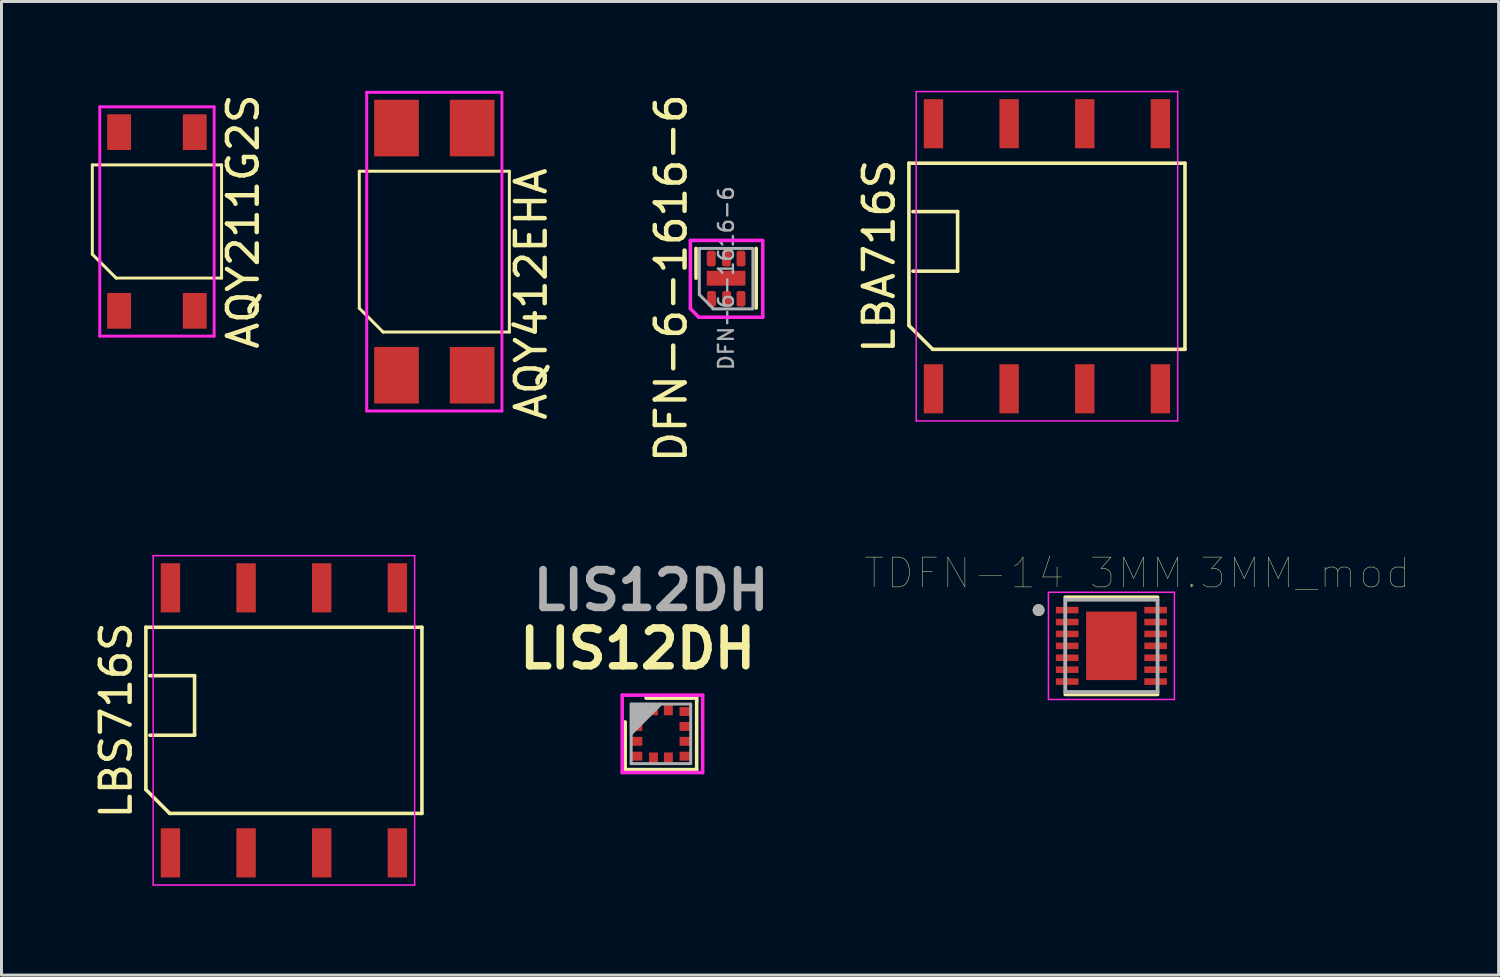
<source format=kicad_pcb>
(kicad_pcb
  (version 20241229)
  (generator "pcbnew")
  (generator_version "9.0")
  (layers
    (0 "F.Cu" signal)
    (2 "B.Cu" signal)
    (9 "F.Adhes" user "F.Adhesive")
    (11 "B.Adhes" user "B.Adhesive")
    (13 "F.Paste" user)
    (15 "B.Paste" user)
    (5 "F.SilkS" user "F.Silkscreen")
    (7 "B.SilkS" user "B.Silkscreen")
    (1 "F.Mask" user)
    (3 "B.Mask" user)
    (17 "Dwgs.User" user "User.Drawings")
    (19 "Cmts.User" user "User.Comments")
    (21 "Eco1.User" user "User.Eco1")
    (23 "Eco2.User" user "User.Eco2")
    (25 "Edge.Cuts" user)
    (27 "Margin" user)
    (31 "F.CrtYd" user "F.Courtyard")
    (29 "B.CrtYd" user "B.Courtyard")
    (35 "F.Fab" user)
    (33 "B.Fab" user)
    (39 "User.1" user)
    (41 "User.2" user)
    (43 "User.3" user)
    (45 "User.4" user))
  (footprint "LBA716S"
    (layer "F.Cu")
    (at 32.105 5.555)
    (property "Reference" "LBA716S" (at -5.635 0 90) (layer "F.SilkS") (effects (font (size 1 1) (thickness 0.15))))
    (attr smd)
    (fp_line (start -4.635 -3.125) (end 4.635 -3.125) (stroke (width 0.12) (type solid)) (layer "F.SilkS"))
    (fp_line (start -4.635 2.325) (end -4.635 -3.125) (stroke (width 0.12) (type solid)) (layer "F.SilkS"))
    (fp_line (start -4.5 -1.5) (end -3 -1.5) (stroke (width 0.12) (type solid)) (layer "F.SilkS"))
    (fp_line (start -3.835 3.125) (end -4.635 2.325) (stroke (width 0.12) (type solid)) (layer "F.SilkS"))
    (fp_line (start -3 -1.5) (end -3 0.5) (stroke (width 0.12) (type solid)) (layer "F.SilkS"))
    (fp_line (start -3 0.5) (end -4.5 0.5) (stroke (width 0.12) (type solid)) (layer "F.SilkS"))
    (fp_line (start 4.635 -3.125) (end 4.635 3.125) (stroke (width 0.12) (type solid)) (layer "F.SilkS"))
    (fp_line (start 4.635 3.125) (end -3.835 3.125) (stroke (width 0.12) (type solid)) (layer "F.SilkS"))
    (fp_line (start -4.39 -5.53) (end 4.39 -5.53) (stroke (width 0.05) (type solid)) (layer "F.CrtYd"))
    (fp_line (start -4.39 5.53) (end -4.39 -5.53) (stroke (width 0.05) (type solid)) (layer "F.CrtYd"))
    (fp_line (start 4.39 -5.53) (end 4.39 5.53) (stroke (width 0.05) (type solid)) (layer "F.CrtYd"))
    (fp_line (start 4.39 5.53) (end -4.39 5.53) (stroke (width 0.05) (type solid)) (layer "F.CrtYd"))
    (pad "1" smd rect (at -3.81 4.45) (size 0.65 1.65) (layers "F.Cu" "F.Mask" "F.Paste"))
    (pad "2" smd rect (at -1.27 4.45) (size 0.65 1.65) (layers "F.Cu" "F.Mask" "F.Paste"))
    (pad "3" smd rect (at 1.27 4.45) (size 0.65 1.65) (layers "F.Cu" "F.Mask" "F.Paste"))
    (pad "4" smd rect (at 3.81 4.45) (size 0.65 1.65) (layers "F.Cu" "F.Mask" "F.Paste"))
    (pad "5" smd rect (at 3.81 -4.45) (size 0.65 1.65) (layers "F.Cu" "F.Mask" "F.Paste"))
    (pad "6" smd rect (at 1.27 -4.45) (size 0.65 1.65) (layers "F.Cu" "F.Mask" "F.Paste"))
    (pad "7" smd rect (at -1.27 -4.45) (size 0.65 1.65) (layers "F.Cu" "F.Mask" "F.Paste"))
    (pad "8" smd rect (at -3.81 -4.45) (size 0.65 1.65) (layers "F.Cu" "F.Mask" "F.Paste")))
  (footprint "LIS12DH"
    (layer "F.Cu")
    (at 19.143 21.592)
    (property "Reference" "LIS12DH" (at -0.78 -2.86 0) (layer "F.SilkS") (effects (font (size 1.27 1.27) (thickness 0.254))))
    (attr smd)
    (fp_line (start -1.2 -0.4) (end -1.2 1.1) (stroke (width 0.12) (type solid)) (layer "F.SilkS"))
    (fp_line (start -1.2 1.1) (end -1.2 1.2) (stroke (width 0.12) (type solid)) (layer "F.SilkS"))
    (fp_line (start -1.2 1.2) (end 1.2 1.2) (stroke (width 0.12) (type solid)) (layer "F.SilkS"))
    (fp_line (start 1.2 -1.2) (end -0.5 -1.2) (stroke (width 0.12) (type solid)) (layer "F.SilkS"))
    (fp_line (start 1.2 -1.1) (end 1.2 -1.2) (stroke (width 0.12) (type solid)) (layer "F.SilkS"))
    (fp_line (start 1.2 1.2) (end 1.2 -1.1) (stroke (width 0.12) (type solid)) (layer "F.SilkS"))
    (fp_line (start -0.5 0) (end 0.5 0) (stroke (width 0.05) (type solid)) (layer "Eco1.User"))
    (fp_line (start 0 0.5) (end 0 -0.5) (stroke (width 0.05) (type solid)) (layer "Eco1.User"))
    (fp_line (start -1.3 -1.3) (end -1.3 1.3) (stroke (width 0.12) (type solid)) (layer "F.CrtYd"))
    (fp_line (start -1.3 1.3) (end 1.4 1.3) (stroke (width 0.12) (type solid)) (layer "F.CrtYd"))
    (fp_line (start -1 -1) (end 1 -1) (stroke (width 0.001) (type solid)) (layer "F.CrtYd"))
    (fp_line (start -1 1) (end -1 -1) (stroke (width 0.001) (type solid)) (layer "F.CrtYd"))
    (fp_line (start 1 -1) (end 1 1) (stroke (width 0.001) (type solid)) (layer "F.CrtYd"))
    (fp_line (start 1 1) (end -1 1) (stroke (width 0.001) (type solid)) (layer "F.CrtYd"))
    (fp_line (start 1.4 -1.3) (end -1.3 -1.3) (stroke (width 0.12) (type solid)) (layer "F.CrtYd"))
    (fp_line (start 1.4 1.3) (end 1.4 -1.3) (stroke (width 0.12) (type solid)) (layer "F.CrtYd"))
    (fp_line (start -1 -1) (end 1 -1) (stroke (width 0.1) (type solid)) (layer "F.Fab"))
    (fp_line (start -1 1) (end -1 -1) (stroke (width 0.1) (type solid)) (layer "F.Fab"))
    (fp_line (start -0.9 -1) (end -1 -0.9) (stroke (width 0.1) (type solid)) (layer "F.Fab"))
    (fp_line (start -0.8 -1) (end -1 -0.8) (stroke (width 0.1) (type solid)) (layer "F.Fab"))
    (fp_line (start -0.7 -1) (end -1 -0.7) (stroke (width 0.1) (type solid)) (layer "F.Fab"))
    (fp_line (start -0.6 -1) (end -1 -0.6) (stroke (width 0.1) (type solid)) (layer "F.Fab"))
    (fp_line (start -0.5 -1) (end -1 -0.5) (stroke (width 0.1) (type solid)) (layer "F.Fab"))
    (fp_line (start -0.4 -1) (end -1 -0.4) (stroke (width 0.1) (type solid)) (layer "F.Fab"))
    (fp_line (start -0.3 -1) (end -1 -0.3) (stroke (width 0.1) (type solid)) (layer "F.Fab"))
    (fp_line (start -0.2 -1) (end -1 -0.2) (stroke (width 0.1) (type solid)) (layer "F.Fab"))
    (fp_line (start -0.1 -1) (end -1 -0.1) (stroke (width 0.1) (type solid)) (layer "F.Fab"))
    (fp_line (start 0 -1) (end -1 0) (stroke (width 0.1) (type solid)) (layer "F.Fab"))
    (fp_line (start 1 -1) (end 1 1) (stroke (width 0.1) (type solid)) (layer "F.Fab"))
    (fp_line (start 1 1) (end -1 1) (stroke (width 0.1) (type solid)) (layer "F.Fab"))
    (fp_text user "${REFERENCE}" (at -0.33 -4.82 0) (layer "F.Fab") (effects (font (size 1.27 1.27) (thickness 0.254))))
    (pad "1" smd rect (at -0.8 -0.75 90) (size 0.3 0.35) (layers "F.Cu" "F.Mask" "F.Paste"))
    (pad "2" smd rect (at -0.8 -0.25 90) (size 0.3 0.35) (layers "F.Cu" "F.Mask" "F.Paste"))
    (pad "3" smd rect (at -0.8 0.25 90) (size 0.3 0.35) (layers "F.Cu" "F.Mask" "F.Paste"))
    (pad "4" smd rect (at -0.8 0.75 90) (size 0.3 0.35) (layers "F.Cu" "F.Mask" "F.Paste"))
    (pad "5" smd rect (at -0.25 0.8) (size 0.3 0.35) (layers "F.Cu" "F.Mask" "F.Paste"))
    (pad "6" smd rect (at 0.25 0.8) (size 0.3 0.35) (layers "F.Cu" "F.Mask" "F.Paste"))
    (pad "7" smd rect (at 0.8 0.75 90) (size 0.3 0.35) (layers "F.Cu" "F.Mask" "F.Paste"))
    (pad "8" smd rect (at 0.8 0.25 90) (size 0.3 0.35) (layers "F.Cu" "F.Mask" "F.Paste"))
    (pad "9" smd rect (at 0.8 -0.25 90) (size 0.3 0.35) (layers "F.Cu" "F.Mask" "F.Paste"))
    (pad "10" smd rect (at 0.8 -0.75 90) (size 0.3 0.35) (layers "F.Cu" "F.Mask" "F.Paste"))
    (pad "11" smd rect (at 0.25 -0.8) (size 0.3 0.35) (layers "F.Cu" "F.Mask" "F.Paste"))
    (pad "12" smd rect (at -0.25 -0.8) (size 0.3 0.35) (layers "F.Cu" "F.Mask" "F.Paste")))
  (footprint "DFN-6-1616-6"
    (layer "F.Cu")
    (at 21.242 6.692)
    (property "Reference" "DFN-6-1616-6" (at -1.76 -0.4 90) (layer "F.SilkS") (effects (font (size 1 1) (thickness 0.15))))
    (attr smd)
    (fp_line (start -0.92 -0.4) (end -0.92 -1.4) (stroke (width 0.12) (type solid)) (layer "F.SilkS"))
    (fp_line (start 1.1 0.6) (end 1.1 -1.4) (stroke (width 0.12) (type solid)) (layer "F.SilkS"))
    (fp_line (start -1.11 -1.67) (end 1.32 -1.67) (stroke (width 0.12) (type solid)) (layer "F.CrtYd"))
    (fp_line (start -1.11 -1.65) (end -1.11 0.62) (stroke (width 0.12) (type solid)) (layer "F.CrtYd"))
    (fp_line (start -1.11 0.62) (end -0.83 0.91) (stroke (width 0.12) (type solid)) (layer "F.CrtYd"))
    (fp_line (start -0.83 0.91) (end 1.32 0.91) (stroke (width 0.12) (type solid)) (layer "F.CrtYd"))
    (fp_line (start 1.32 0.91) (end 1.32 -1.63) (stroke (width 0.12) (type solid)) (layer "F.CrtYd"))
    (fp_line (start -0.81 -1.4) (end 0.99 -1.4) (stroke (width 0.1) (type solid)) (layer "F.Fab"))
    (fp_line (start -0.81 0.15) (end -0.81 -1.4) (stroke (width 0.1) (type solid)) (layer "F.Fab"))
    (fp_line (start -0.36 0.6) (end -0.81 0.15) (stroke (width 0.1) (type solid)) (layer "F.Fab"))
    (fp_line (start 0.99 -1.4) (end 0.99 0.6) (stroke (width 0.1) (type solid)) (layer "F.Fab"))
    (fp_line (start 0.99 0.63) (end -0.36 0.63) (stroke (width 0.1) (type solid)) (layer "F.Fab"))
    (fp_text user "${REFERENCE}" (at 0.09 -0.4 90) (layer "F.Fab") (effects (font (size 0.5 0.5) (thickness 0.08))))
    (pad "1" smd roundrect (at -0.4 0.29 90) (size 0.525 0.3) (layers "F.Cu" "F.Mask" "F.Paste") (roundrect_rratio 0.25))
    (pad "2" smd roundrect (at 0.11 0.29 90) (size 0.525 0.3) (layers "F.Cu" "F.Mask" "F.Paste") (roundrect_rratio 0.25))
    (pad "3" smd roundrect (at 0.59 0.29 90) (size 0.525 0.3) (layers "F.Cu" "F.Mask" "F.Paste") (roundrect_rratio 0.25))
    (pad "4" smd roundrect (at 0.59 -1.06 90) (size 0.525 0.3) (layers "F.Cu" "F.Mask" "F.Paste") (roundrect_rratio 0.25))
    (pad "5" smd roundrect (at 0.1 -1.06 90) (size 0.525 0.3) (layers "F.Cu" "F.Mask" "F.Paste") (roundrect_rratio 0.25))
    (pad "6" smd roundrect (at -0.41 -1.06 90) (size 0.525 0.3) (layers "F.Cu" "F.Mask" "F.Paste") (roundrect_rratio 0.25))
    (pad "7" smd rect (at 0.09 -0.4 90) (size 0.5 1.3) (layers "F.Cu" "F.Mask")))
  (footprint "AQY412EHA"
    (layer "F.Cu")
    (at 11.534 5.4)
    (property "Reference" "AQY412EHA" (at 3.251 1.422 90) (layer "F.SilkS") (effects (font (size 1 1) (thickness 0.15))))
    (attr smd)
    (fp_line (start -2.52 -2.7) (end 2.52 -2.7) (stroke (width 0.1) (type solid)) (layer "F.SilkS"))
    (fp_line (start -2.52 1.9) (end -2.52 -2.7) (stroke (width 0.1) (type solid)) (layer "F.SilkS"))
    (fp_line (start -1.72 2.7) (end -2.52 1.9) (stroke (width 0.1) (type solid)) (layer "F.SilkS"))
    (fp_line (start 2.52 -2.7) (end 2.52 2.7) (stroke (width 0.1) (type solid)) (layer "F.SilkS"))
    (fp_line (start 2.52 2.7) (end -1.72 2.7) (stroke (width 0.1) (type solid)) (layer "F.SilkS"))
    (fp_line (start -2.27 -5.35) (end 2.27 -5.35) (stroke (width 0.1) (type solid)) (layer "F.CrtYd"))
    (fp_line (start -2.27 5.35) (end -2.27 -5.35) (stroke (width 0.1) (type solid)) (layer "F.CrtYd"))
    (fp_line (start 2.27 -5.35) (end 2.27 5.35) (stroke (width 0.1) (type solid)) (layer "F.CrtYd"))
    (fp_line (start 2.27 5.35) (end -2.27 5.35) (stroke (width 0.1) (type solid)) (layer "F.CrtYd"))
    (pad "1" smd rect (at -1.27 4.15) (size 1.5 1.9) (layers "F.Cu" "F.Mask" "F.Paste"))
    (pad "2" smd rect (at 1.27 4.15) (size 1.5 1.9) (layers "F.Cu" "F.Mask" "F.Paste"))
    (pad "3" smd rect (at 1.27 -4.15) (size 1.5 1.9) (layers "F.Cu" "F.Mask" "F.Paste"))
    (pad "4" smd rect (at -1.27 -4.15) (size 1.5 1.9) (layers "F.Cu" "F.Mask" "F.Paste")))
  (footprint "TDFN-14 3MM.3MM_mod"
    (layer "F.Cu")
    (at 34.27 18.637)
    (property "Reference" "TDFN-14 3MM.3MM_mod" (at 0.865 -2.442 0) (layer "F.SilkS") (effects (font (size 1 1) (thickness 0.015))))
    (attr through_hole)
    (fp_line (start -1.55 -1.63) (end 1.55 -1.63) (stroke (width 0.127) (type solid)) (layer "F.SilkS"))
    (fp_line (start -1.55 1.63) (end 1.55 1.63) (stroke (width 0.127) (type solid)) (layer "F.SilkS"))
    (fp_circle (center -2.445 -1.2) (end -2.345 -1.2) (stroke (width 0.2) (type solid)) (fill no) (layer "F.SilkS"))
    (fp_poly (pts (xy -0.54 -0.73) (xy 0.54 -0.73) (xy 0.54 0.73) (xy -0.54 0.73)) (stroke (width 0.01) (type solid)) (fill yes) (layer "F.Paste"))
    (fp_line (start -2.115 -1.8) (end -2.115 1.8) (stroke (width 0.05) (type solid)) (layer "F.CrtYd"))
    (fp_line (start -2.115 -1.8) (end 2.115 -1.8) (stroke (width 0.05) (type solid)) (layer "F.CrtYd"))
    (fp_line (start -2.115 1.8) (end 2.115 1.8) (stroke (width 0.05) (type solid)) (layer "F.CrtYd"))
    (fp_line (start 2.115 -1.8) (end 2.115 1.8) (stroke (width 0.05) (type solid)) (layer "F.CrtYd"))
    (fp_line (start -1.55 -1.55) (end -1.55 1.55) (stroke (width 0.127) (type solid)) (layer "F.Fab"))
    (fp_line (start -1.55 -1.55) (end 1.55 -1.55) (stroke (width 0.127) (type solid)) (layer "F.Fab"))
    (fp_line (start -1.55 1.55) (end 1.55 1.55) (stroke (width 0.127) (type solid)) (layer "F.Fab"))
    (fp_line (start 1.55 -1.55) (end 1.55 1.55) (stroke (width 0.127) (type solid)) (layer "F.Fab"))
    (fp_circle (center -2.445 -1.2) (end -2.345 -1.2) (stroke (width 0.2) (type solid)) (fill no) (layer "F.Fab"))
    (pad "1" smd rect (at -1.485 -1.2) (size 0.76 0.22) (layers "F.Cu" "F.Mask" "F.Paste"))
    (pad "2" smd rect (at -1.485 -0.8) (size 0.76 0.22) (layers "F.Cu" "F.Mask" "F.Paste"))
    (pad "3" smd rect (at -1.485 -0.4) (size 0.76 0.22) (layers "F.Cu" "F.Mask" "F.Paste"))
    (pad "4" smd rect (at -1.485 0) (size 0.76 0.22) (layers "F.Cu" "F.Mask" "F.Paste"))
    (pad "5" smd rect (at -1.485 0.4) (size 0.76 0.22) (layers "F.Cu" "F.Mask" "F.Paste"))
    (pad "6" smd rect (at -1.485 0.8) (size 0.76 0.22) (layers "F.Cu" "F.Mask" "F.Paste"))
    (pad "7" smd rect (at -1.485 1.2) (size 0.76 0.22) (layers "F.Cu" "F.Mask" "F.Paste"))
    (pad "8" smd rect (at 1.485 1.2) (size 0.76 0.22) (layers "F.Cu" "F.Mask" "F.Paste"))
    (pad "9" smd rect (at 1.485 0.8) (size 0.76 0.22) (layers "F.Cu" "F.Mask" "F.Paste"))
    (pad "10" smd rect (at 1.485 0.4) (size 0.76 0.22) (layers "F.Cu" "F.Mask" "F.Paste"))
    (pad "11" smd rect (at 1.485 0) (size 0.76 0.22) (layers "F.Cu" "F.Mask" "F.Paste"))
    (pad "12" smd rect (at 1.485 -0.4) (size 0.76 0.22) (layers "F.Cu" "F.Mask" "F.Paste"))
    (pad "13" smd rect (at 1.485 -0.8) (size 0.76 0.22) (layers "F.Cu" "F.Mask" "F.Paste"))
    (pad "14" smd rect (at 1.485 -1.2) (size 0.76 0.22) (layers "F.Cu" "F.Mask" "F.Paste"))
    (pad "15" smd rect (at 0 0) (size 1.7 2.3) (layers "F.Cu" "F.Mask")))
  (footprint "LBS716S"
    (layer "F.Cu")
    (at 6.483 21.138)
    (property "Reference" "LBS716S" (at -5.635 0 90) (layer "F.SilkS") (effects (font (size 1 1) (thickness 0.15))))
    (attr smd)
    (fp_line (start -4.635 -3.125) (end 4.635 -3.125) (stroke (width 0.12) (type solid)) (layer "F.SilkS"))
    (fp_line (start -4.635 2.325) (end -4.635 -3.125) (stroke (width 0.12) (type solid)) (layer "F.SilkS"))
    (fp_line (start -4.5 -1.5) (end -3 -1.5) (stroke (width 0.12) (type solid)) (layer "F.SilkS"))
    (fp_line (start -3.835 3.125) (end -4.635 2.325) (stroke (width 0.12) (type solid)) (layer "F.SilkS"))
    (fp_line (start -3 -1.5) (end -3 0.5) (stroke (width 0.12) (type solid)) (layer "F.SilkS"))
    (fp_line (start -3 0.5) (end -4.5 0.5) (stroke (width 0.12) (type solid)) (layer "F.SilkS"))
    (fp_line (start 4.635 -3.125) (end 4.635 3.125) (stroke (width 0.12) (type solid)) (layer "F.SilkS"))
    (fp_line (start 4.635 3.125) (end -3.835 3.125) (stroke (width 0.12) (type solid)) (layer "F.SilkS"))
    (fp_line (start -4.39 -5.53) (end 4.39 -5.53) (stroke (width 0.05) (type solid)) (layer "F.CrtYd"))
    (fp_line (start -4.39 5.53) (end -4.39 -5.53) (stroke (width 0.05) (type solid)) (layer "F.CrtYd"))
    (fp_line (start 4.39 -5.53) (end 4.39 5.53) (stroke (width 0.05) (type solid)) (layer "F.CrtYd"))
    (fp_line (start 4.39 5.53) (end -4.39 5.53) (stroke (width 0.05) (type solid)) (layer "F.CrtYd"))
    (pad "1" smd rect (at -3.81 4.45) (size 0.65 1.65) (layers "F.Cu" "F.Mask" "F.Paste"))
    (pad "2" smd rect (at -1.27 4.45) (size 0.65 1.65) (layers "F.Cu" "F.Mask" "F.Paste"))
    (pad "3" smd rect (at 1.27 4.45) (size 0.65 1.65) (layers "F.Cu" "F.Mask" "F.Paste"))
    (pad "4" smd rect (at 3.81 4.45) (size 0.65 1.65) (layers "F.Cu" "F.Mask" "F.Paste"))
    (pad "5" smd rect (at 3.81 -4.45) (size 0.65 1.65) (layers "F.Cu" "F.Mask" "F.Paste"))
    (pad "6" smd rect (at 1.27 -4.45) (size 0.65 1.65) (layers "F.Cu" "F.Mask" "F.Paste"))
    (pad "7" smd rect (at -1.27 -4.45) (size 0.65 1.65) (layers "F.Cu" "F.Mask" "F.Paste"))
    (pad "8" smd rect (at -3.81 -4.45) (size 0.65 1.65) (layers "F.Cu" "F.Mask" "F.Paste")))
  (footprint "AQY211G2S"
    (layer "F.Cu")
    (at 2.22 4.387)
    (property "Reference" "AQY211G2S" (at 2.896 0 90) (layer "F.SilkS") (effects (font (size 1 1) (thickness 0.15))))
    (attr smd)
    (fp_line (start -2.17 -1.9) (end 2.17 -1.9) (stroke (width 0.1) (type solid)) (layer "F.SilkS"))
    (fp_line (start -2.17 1.1) (end -2.17 -1.9) (stroke (width 0.1) (type solid)) (layer "F.SilkS"))
    (fp_line (start -1.37 1.9) (end -2.17 1.1) (stroke (width 0.1) (type solid)) (layer "F.SilkS"))
    (fp_line (start 2.17 -1.9) (end 2.17 1.9) (stroke (width 0.1) (type solid)) (layer "F.SilkS"))
    (fp_line (start 2.17 1.9) (end -1.37 1.9) (stroke (width 0.1) (type solid)) (layer "F.SilkS"))
    (fp_line (start -1.92 -3.85) (end 1.92 -3.85) (stroke (width 0.1) (type solid)) (layer "F.CrtYd"))
    (fp_line (start -1.92 3.85) (end -1.92 -3.85) (stroke (width 0.1) (type solid)) (layer "F.CrtYd"))
    (fp_line (start 1.92 -3.85) (end 1.92 3.85) (stroke (width 0.1) (type solid)) (layer "F.CrtYd"))
    (fp_line (start 1.92 3.85) (end -1.92 3.85) (stroke (width 0.1) (type solid)) (layer "F.CrtYd"))
    (pad "1" smd rect (at -1.27 3) (size 0.8 1.2) (layers "F.Cu" "F.Mask" "F.Paste"))
    (pad "2" smd rect (at 1.27 3) (size 0.8 1.2) (layers "F.Cu" "F.Mask" "F.Paste"))
    (pad "3" smd rect (at 1.27 -3) (size 0.8 1.2) (layers "F.Cu" "F.Mask" "F.Paste"))
    (pad "4" smd rect (at -1.27 -3) (size 0.8 1.2) (layers "F.Cu" "F.Mask" "F.Paste")))
  (gr_rect
    (start -3 -3)
    (end 47.272 29.693)
    (stroke (width 0.1) (type default))
    (fill no)
    (layer "Edge.Cuts")))
</source>
